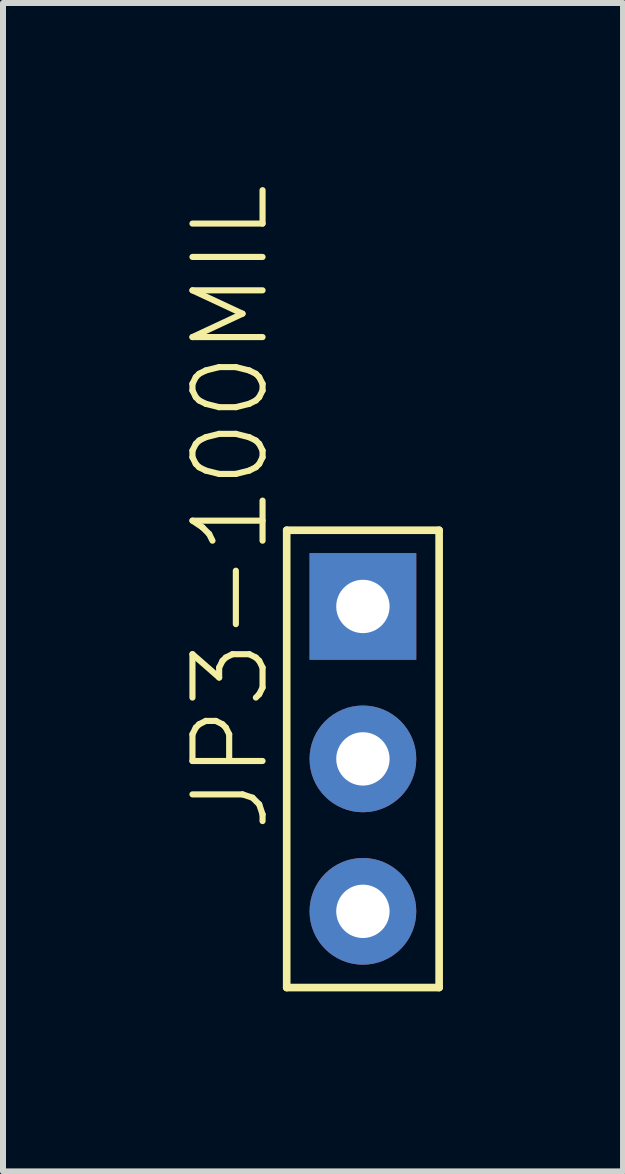
<source format=kicad_pcb>
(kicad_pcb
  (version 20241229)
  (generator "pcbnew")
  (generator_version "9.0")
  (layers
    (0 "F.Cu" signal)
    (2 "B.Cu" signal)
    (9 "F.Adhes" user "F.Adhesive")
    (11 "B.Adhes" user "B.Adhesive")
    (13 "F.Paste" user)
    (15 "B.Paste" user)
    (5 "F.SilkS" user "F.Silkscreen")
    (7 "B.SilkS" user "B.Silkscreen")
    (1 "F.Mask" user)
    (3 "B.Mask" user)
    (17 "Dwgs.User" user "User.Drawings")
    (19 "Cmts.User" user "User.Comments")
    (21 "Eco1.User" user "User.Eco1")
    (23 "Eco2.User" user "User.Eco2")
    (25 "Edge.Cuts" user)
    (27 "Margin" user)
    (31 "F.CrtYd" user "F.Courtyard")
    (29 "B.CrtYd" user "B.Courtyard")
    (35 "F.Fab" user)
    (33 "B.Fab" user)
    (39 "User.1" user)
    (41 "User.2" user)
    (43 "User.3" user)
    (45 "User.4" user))
  (footprint "JP3-100MIL"
    (layer "F.Cu")
    (at 2.997 7.055)
    (property "Reference" "JP3-100MIL" (at -1.524 3.81 90) (layer "F.SilkS") (effects (font (size 1.168 1.168) (thickness 0.102)) (justify left bottom)))
    (fp_line (start -1.27 -1.27) (end 1.27 -1.27) (stroke (width 0.127) (type solid)) (layer "F.SilkS"))
    (fp_line (start -1.27 6.35) (end -1.27 -1.27) (stroke (width 0.127) (type solid)) (layer "F.SilkS"))
    (fp_line (start 1.27 -1.27) (end 1.27 6.35) (stroke (width 0.127) (type solid)) (layer "F.SilkS"))
    (fp_line (start 1.27 6.35) (end -1.27 6.35) (stroke (width 0.127) (type solid)) (layer "F.SilkS"))
    (pad "1" thru_hole rect (at 0 0) (size 1.778 1.778) (drill 0.889) (layers "*.Cu" "*.Mask"))
    (pad "2" thru_hole circle (at 0 2.54) (size 1.778 1.778) (drill 0.889) (layers "*.Cu" "*.Mask"))
    (pad "3" thru_hole circle (at 0 5.08) (size 1.778 1.778) (drill 0.889) (layers "*.Cu" "*.Mask")))
  (gr_rect
    (start -3 -3)
    (end 7.331 16.468)
    (stroke (width 0.1) (type default))
    (fill no)
    (layer "Edge.Cuts")))
</source>
